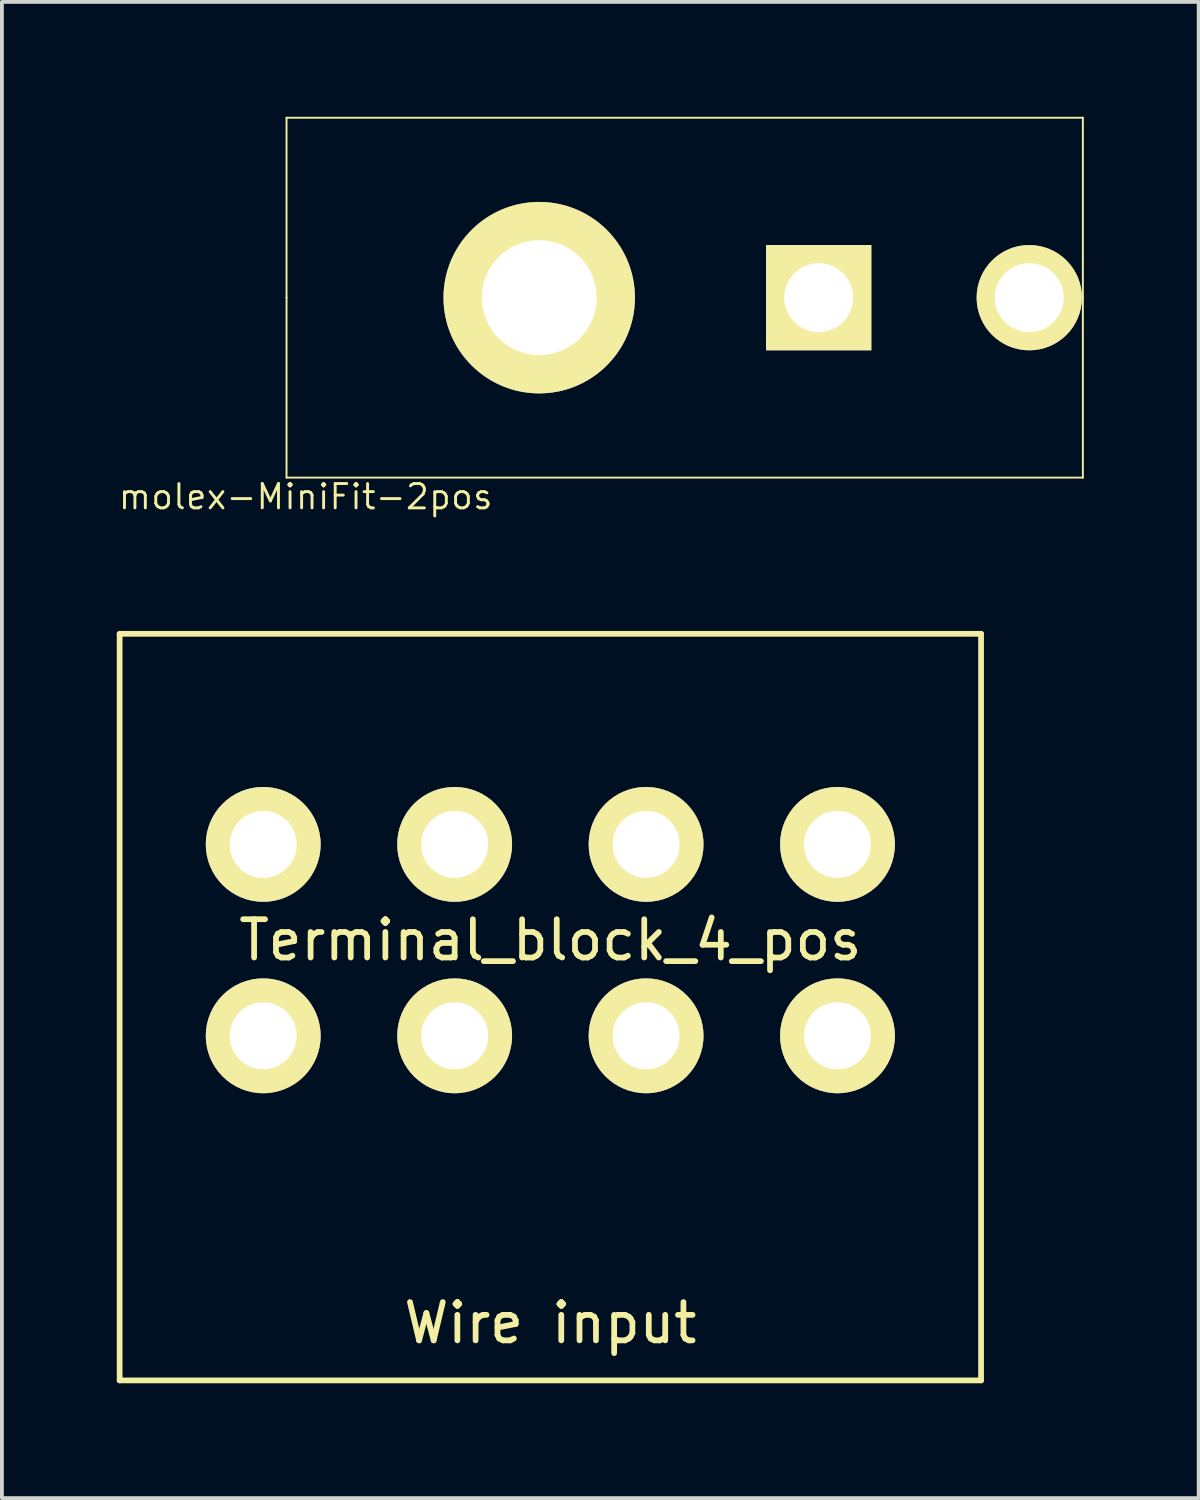
<source format=kicad_pcb>
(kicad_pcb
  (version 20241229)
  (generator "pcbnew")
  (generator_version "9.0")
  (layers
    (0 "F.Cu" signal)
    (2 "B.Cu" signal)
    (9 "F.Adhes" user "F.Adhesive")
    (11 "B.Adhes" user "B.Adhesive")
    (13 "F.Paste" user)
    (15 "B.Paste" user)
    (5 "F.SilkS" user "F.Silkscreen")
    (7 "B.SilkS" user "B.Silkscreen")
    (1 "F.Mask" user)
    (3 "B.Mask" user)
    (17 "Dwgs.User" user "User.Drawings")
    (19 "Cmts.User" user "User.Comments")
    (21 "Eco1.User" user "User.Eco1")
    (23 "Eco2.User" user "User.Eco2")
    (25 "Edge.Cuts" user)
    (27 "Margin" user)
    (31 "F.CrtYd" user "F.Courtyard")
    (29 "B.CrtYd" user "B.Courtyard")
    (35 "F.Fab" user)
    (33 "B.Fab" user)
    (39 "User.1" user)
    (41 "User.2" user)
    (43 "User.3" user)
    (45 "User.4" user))
  (footprint "Terminal_block_4_pos"
    (layer "F.Cu")
    (at 11.325 21.505)
    (property "Reference" "Terminal_block_4_pos" (at 0 0 0) (layer "F.SilkS") (effects (font (size 1 1) (thickness 0.15))))
    (attr through_hole)
    (fp_line (start -11.25 -8) (end -11.25 11.5) (stroke (width 0.15) (type solid)) (layer "F.SilkS"))
    (fp_line (start -11.25 -8) (end 11.25 -8) (stroke (width 0.15) (type solid)) (layer "F.SilkS"))
    (fp_line (start -11.25 11.5) (end 11.25 11.5) (stroke (width 0.15) (type solid)) (layer "F.SilkS"))
    (fp_line (start 11.25 -8) (end 11.25 11.5) (stroke (width 0.15) (type solid)) (layer "F.SilkS"))
    (fp_text user "Wire input" (at 0 10 0) (layer "F.SilkS") (effects (font (size 1 1) (thickness 0.15))))
    (pad "1" thru_hole circle (at -7.5 -2.5) (size 3 3) (drill 1.75) (layers "*.Cu" "*.Mask" "F.SilkS"))
    (pad "1" thru_hole circle (at -7.5 2.5) (size 3 3) (drill 1.75) (layers "*.Cu" "*.Mask" "F.SilkS"))
    (pad "2" thru_hole circle (at -2.5 -2.5) (size 3 3) (drill 1.75) (layers "*.Cu" "*.Mask" "F.SilkS"))
    (pad "2" thru_hole circle (at -2.5 2.5) (size 3 3) (drill 1.75) (layers "*.Cu" "*.Mask" "F.SilkS"))
    (pad "3" thru_hole circle (at 2.5 -2.5) (size 3 3) (drill 1.75) (layers "*.Cu" "*.Mask" "F.SilkS"))
    (pad "3" thru_hole circle (at 2.5 2.5) (size 3 3) (drill 1.75) (layers "*.Cu" "*.Mask" "F.SilkS"))
    (pad "4" thru_hole circle (at 7.5 -2.5) (size 3 3) (drill 1.75) (layers "*.Cu" "*.Mask" "F.SilkS"))
    (pad "4" thru_hole circle (at 7.5 2.5) (size 3 3) (drill 1.75) (layers "*.Cu" "*.Mask" "F.SilkS")))
  (footprint "molex-MiniFit-2pos"
    (layer "F.Cu")
    (at 18.334 4.725)
    (property "Reference" "molex-MiniFit-2pos" (at -13.4 5.2 180) (layer "F.SilkS") (effects (font (size 0.635 0.635) (thickness 0.076))))
    (attr through_hole)
    (fp_line (start -13.9 -4.7) (end 6.9 -4.7) (stroke (width 0.05) (type solid)) (layer "F.SilkS"))
    (fp_line (start -13.9 0) (end -13.9 -4.7) (stroke (width 0.05) (type solid)) (layer "F.SilkS"))
    (fp_line (start -13.9 0) (end -13.9 4.7) (stroke (width 0.05) (type solid)) (layer "F.SilkS"))
    (fp_line (start 6.9 -4.7) (end 6.9 0) (stroke (width 0.05) (type solid)) (layer "F.SilkS"))
    (fp_line (start 6.9 0) (end 6.9 4.7) (stroke (width 0.05) (type solid)) (layer "F.SilkS"))
    (fp_line (start 6.9 4.7) (end -13.9 4.7) (stroke (width 0.05) (type solid)) (layer "F.SilkS"))
    (pad "1" thru_hole circle (at -7.3 0) (size 5 5) (drill 3) (layers "*.Cu" "*.Mask" "F.SilkS"))
    (pad "1" thru_hole rect (at 0 0) (size 2.75 2.75) (drill 1.8) (layers "*.Cu" "*.Mask" "F.SilkS"))
    (pad "2" thru_hole circle (at 5.5 0) (size 2.75 2.75) (drill 1.8) (layers "*.Cu" "*.Mask" "F.SilkS")))
  (gr_rect
    (start -3 -3)
    (end 28.259 36.08)
    (stroke (width 0.1) (type default))
    (fill no)
    (layer "Edge.Cuts")))
</source>
